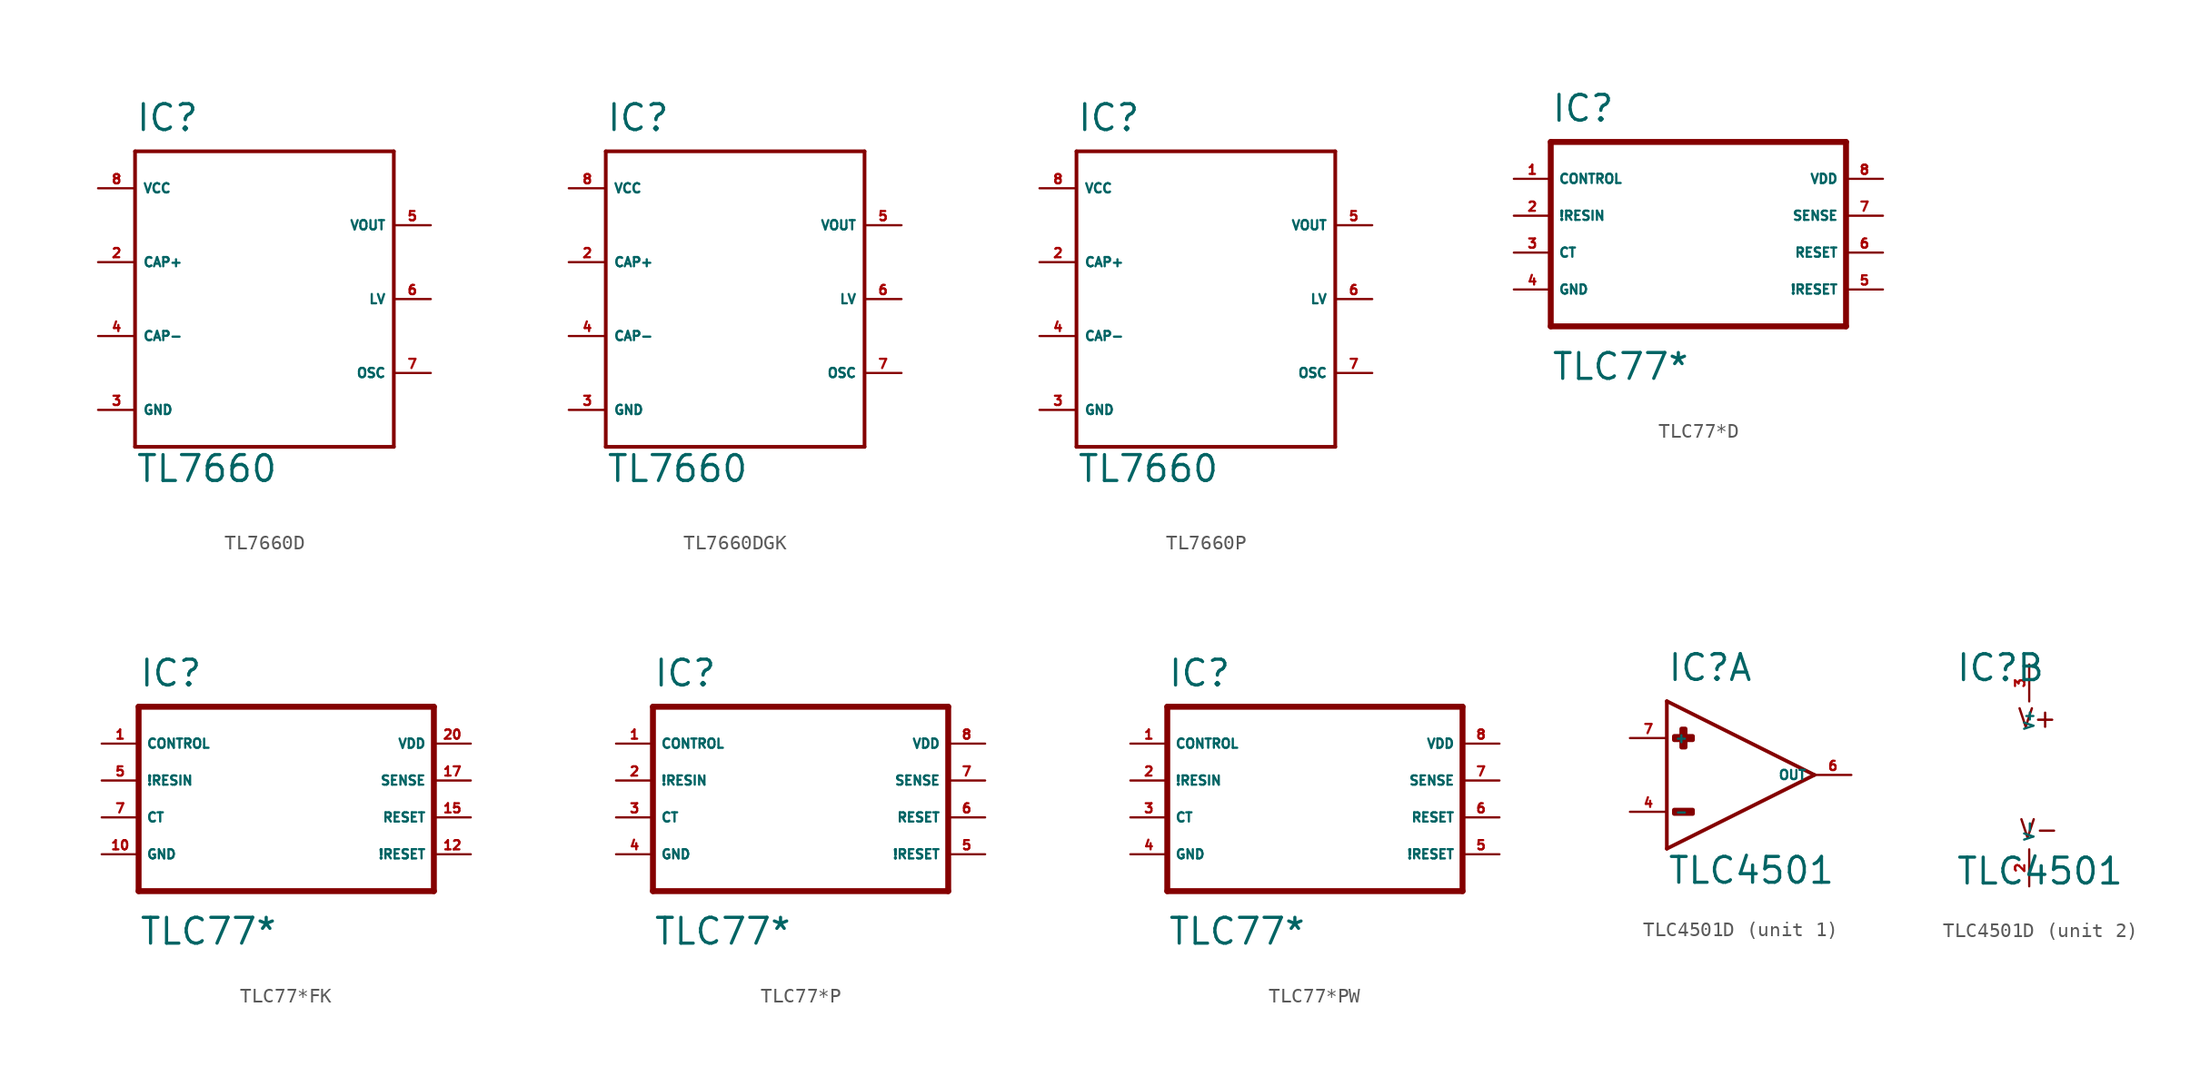
<source format=kicad_sym>
(kicad_symbol_lib
  (version 20220914)
  (generator Eagle2Kicad)
  (symbol "TL7660D"
    (property "Reference" "IC"
      (at -7.62 11.43 0)
      (effects (font (size 1.778 1.778) (thickness 0.22)) (justify left bottom)))
    (property "Value" "TL7660"
      (at -7.62 -12.7 0)
      (effects (font (size 1.778 1.778) (thickness 0.22)) (justify left bottom)))
    (polyline
      (pts (xy -7.62 10.16) (xy 10.16 10.16))
      (stroke (width 0.254) (type default))
      (fill (type none)))
    (polyline
      (pts (xy 10.16 10.16) (xy 10.16 -10.16))
      (stroke (width 0.254) (type default))
      (fill (type none)))
    (polyline
      (pts (xy 10.16 -10.16) (xy -7.62 -10.16))
      (stroke (width 0.254) (type default))
      (fill (type none)))
    (polyline
      (pts (xy -7.62 -10.16) (xy -7.62 10.16))
      (stroke (width 0.254) (type default))
      (fill (type none)))
    (pin passive line
      (at -10.16 2.54 0)
      (length 2.54)
      (name "CAP+" (effects (font (size 0.635 0.635) (thickness 0.08)) (justify left bottom)))
      (number "2" (effects (font (size 0.635 0.635) (thickness 0.08)) (justify left bottom))))
    (pin passive line
      (at -10.16 -2.54 0)
      (length 2.54)
      (name "CAP-" (effects (font (size 0.635 0.635) (thickness 0.08)) (justify left bottom)))
      (number "4" (effects (font (size 0.635 0.635) (thickness 0.08)) (justify left bottom))))
    (pin unspecified line
      (at -10.16 -7.62 0)
      (length 2.54)
      (name "GND" (effects (font (size 0.635 0.635) (thickness 0.08)) (justify left bottom)))
      (number "3" (effects (font (size 0.635 0.635) (thickness 0.08)) (justify left bottom))))
    (pin unspecified line
      (at -10.16 7.62 0)
      (length 2.54)
      (name "VCC" (effects (font (size 0.635 0.635) (thickness 0.08)) (justify left bottom)))
      (number "8" (effects (font (size 0.635 0.635) (thickness 0.08)) (justify left bottom))))
    (pin passive line
      (at 12.7 0 180)
      (length 2.54)
      (name "LV" (effects (font (size 0.635 0.635) (thickness 0.08)) (justify left bottom)))
      (number "6" (effects (font (size 0.635 0.635) (thickness 0.08)) (justify left bottom))))
    (pin passive line
      (at 12.7 5.08 180)
      (length 2.54)
      (name "VOUT" (effects (font (size 0.635 0.635) (thickness 0.08)) (justify left bottom)))
      (number "5" (effects (font (size 0.635 0.635) (thickness 0.08)) (justify left bottom))))
    (pin input line
      (at 12.7 -5.08 180)
      (length 2.54)
      (name "OSC" (effects (font (size 0.635 0.635) (thickness 0.08)) (justify left bottom)))
      (number "7" (effects (font (size 0.635 0.635) (thickness 0.08)) (justify left bottom)))))
  (symbol "TL7660DGK"
    (property "Reference" "IC"
      (at -7.62 11.43 0)
      (effects (font (size 1.778 1.778) (thickness 0.22)) (justify left bottom)))
    (property "Value" "TL7660"
      (at -7.62 -12.7 0)
      (effects (font (size 1.778 1.778) (thickness 0.22)) (justify left bottom)))
    (polyline
      (pts (xy -7.62 10.16) (xy 10.16 10.16))
      (stroke (width 0.254) (type default))
      (fill (type none)))
    (polyline
      (pts (xy 10.16 10.16) (xy 10.16 -10.16))
      (stroke (width 0.254) (type default))
      (fill (type none)))
    (polyline
      (pts (xy 10.16 -10.16) (xy -7.62 -10.16))
      (stroke (width 0.254) (type default))
      (fill (type none)))
    (polyline
      (pts (xy -7.62 -10.16) (xy -7.62 10.16))
      (stroke (width 0.254) (type default))
      (fill (type none)))
    (pin passive line
      (at -10.16 2.54 0)
      (length 2.54)
      (name "CAP+" (effects (font (size 0.635 0.635) (thickness 0.08)) (justify left bottom)))
      (number "2" (effects (font (size 0.635 0.635) (thickness 0.08)) (justify left bottom))))
    (pin passive line
      (at -10.16 -2.54 0)
      (length 2.54)
      (name "CAP-" (effects (font (size 0.635 0.635) (thickness 0.08)) (justify left bottom)))
      (number "4" (effects (font (size 0.635 0.635) (thickness 0.08)) (justify left bottom))))
    (pin unspecified line
      (at -10.16 -7.62 0)
      (length 2.54)
      (name "GND" (effects (font (size 0.635 0.635) (thickness 0.08)) (justify left bottom)))
      (number "3" (effects (font (size 0.635 0.635) (thickness 0.08)) (justify left bottom))))
    (pin unspecified line
      (at -10.16 7.62 0)
      (length 2.54)
      (name "VCC" (effects (font (size 0.635 0.635) (thickness 0.08)) (justify left bottom)))
      (number "8" (effects (font (size 0.635 0.635) (thickness 0.08)) (justify left bottom))))
    (pin passive line
      (at 12.7 0 180)
      (length 2.54)
      (name "LV" (effects (font (size 0.635 0.635) (thickness 0.08)) (justify left bottom)))
      (number "6" (effects (font (size 0.635 0.635) (thickness 0.08)) (justify left bottom))))
    (pin passive line
      (at 12.7 5.08 180)
      (length 2.54)
      (name "VOUT" (effects (font (size 0.635 0.635) (thickness 0.08)) (justify left bottom)))
      (number "5" (effects (font (size 0.635 0.635) (thickness 0.08)) (justify left bottom))))
    (pin input line
      (at 12.7 -5.08 180)
      (length 2.54)
      (name "OSC" (effects (font (size 0.635 0.635) (thickness 0.08)) (justify left bottom)))
      (number "7" (effects (font (size 0.635 0.635) (thickness 0.08)) (justify left bottom)))))
  (symbol "TL7660P"
    (property "Reference" "IC"
      (at -7.62 11.43 0)
      (effects (font (size 1.778 1.778) (thickness 0.22)) (justify left bottom)))
    (property "Value" "TL7660"
      (at -7.62 -12.7 0)
      (effects (font (size 1.778 1.778) (thickness 0.22)) (justify left bottom)))
    (polyline
      (pts (xy -7.62 10.16) (xy 10.16 10.16))
      (stroke (width 0.254) (type default))
      (fill (type none)))
    (polyline
      (pts (xy 10.16 10.16) (xy 10.16 -10.16))
      (stroke (width 0.254) (type default))
      (fill (type none)))
    (polyline
      (pts (xy 10.16 -10.16) (xy -7.62 -10.16))
      (stroke (width 0.254) (type default))
      (fill (type none)))
    (polyline
      (pts (xy -7.62 -10.16) (xy -7.62 10.16))
      (stroke (width 0.254) (type default))
      (fill (type none)))
    (pin passive line
      (at -10.16 2.54 0)
      (length 2.54)
      (name "CAP+" (effects (font (size 0.635 0.635) (thickness 0.08)) (justify left bottom)))
      (number "2" (effects (font (size 0.635 0.635) (thickness 0.08)) (justify left bottom))))
    (pin passive line
      (at -10.16 -2.54 0)
      (length 2.54)
      (name "CAP-" (effects (font (size 0.635 0.635) (thickness 0.08)) (justify left bottom)))
      (number "4" (effects (font (size 0.635 0.635) (thickness 0.08)) (justify left bottom))))
    (pin unspecified line
      (at -10.16 -7.62 0)
      (length 2.54)
      (name "GND" (effects (font (size 0.635 0.635) (thickness 0.08)) (justify left bottom)))
      (number "3" (effects (font (size 0.635 0.635) (thickness 0.08)) (justify left bottom))))
    (pin unspecified line
      (at -10.16 7.62 0)
      (length 2.54)
      (name "VCC" (effects (font (size 0.635 0.635) (thickness 0.08)) (justify left bottom)))
      (number "8" (effects (font (size 0.635 0.635) (thickness 0.08)) (justify left bottom))))
    (pin passive line
      (at 12.7 0 180)
      (length 2.54)
      (name "LV" (effects (font (size 0.635 0.635) (thickness 0.08)) (justify left bottom)))
      (number "6" (effects (font (size 0.635 0.635) (thickness 0.08)) (justify left bottom))))
    (pin passive line
      (at 12.7 5.08 180)
      (length 2.54)
      (name "VOUT" (effects (font (size 0.635 0.635) (thickness 0.08)) (justify left bottom)))
      (number "5" (effects (font (size 0.635 0.635) (thickness 0.08)) (justify left bottom))))
    (pin input line
      (at 12.7 -5.08 180)
      (length 2.54)
      (name "OSC" (effects (font (size 0.635 0.635) (thickness 0.08)) (justify left bottom)))
      (number "7" (effects (font (size 0.635 0.635) (thickness 0.08)) (justify left bottom)))))
  (symbol "TLC77*D"
    (property "Reference" "IC"
      (at -10.16 6.35 0)
      (effects (font (size 1.778 1.778) (thickness 0.22)) (justify left bottom)))
    (property "Value" "TLC77*"
      (at -10.16 -11.43 0)
      (effects (font (size 1.778 1.778) (thickness 0.22)) (justify left bottom)))
    (polyline
      (pts (xy -10.16 5.08) (xy 10.16 5.08))
      (stroke (width 0.406) (type default))
      (fill (type none)))
    (polyline
      (pts (xy 10.16 5.08) (xy 10.16 -7.62))
      (stroke (width 0.406) (type default))
      (fill (type none)))
    (polyline
      (pts (xy 10.16 -7.62) (xy -10.16 -7.62))
      (stroke (width 0.406) (type default))
      (fill (type none)))
    (polyline
      (pts (xy -10.16 -7.62) (xy -10.16 5.08))
      (stroke (width 0.406) (type default))
      (fill (type none)))
    (pin input line
      (at -12.7 2.54 0)
      (length 2.54)
      (name "CONTROL" (effects (font (size 0.635 0.635) (thickness 0.08)) (justify left bottom)))
      (number "1" (effects (font (size 0.635 0.635) (thickness 0.08)) (justify left bottom))))
    (pin input line
      (at -12.7 0 0)
      (length 2.54)
      (name "!RESIN" (effects (font (size 0.635 0.635) (thickness 0.08)) (justify left bottom)))
      (number "2" (effects (font (size 0.635 0.635) (thickness 0.08)) (justify left bottom))))
    (pin input line
      (at -12.7 -2.54 0)
      (length 2.54)
      (name "CT" (effects (font (size 0.635 0.635) (thickness 0.08)) (justify left bottom)))
      (number "3" (effects (font (size 0.635 0.635) (thickness 0.08)) (justify left bottom))))
    (pin unspecified line
      (at -12.7 -5.08 0)
      (length 2.54)
      (name "GND" (effects (font (size 0.635 0.635) (thickness 0.08)) (justify left bottom)))
      (number "4" (effects (font (size 0.635 0.635) (thickness 0.08)) (justify left bottom))))
    (pin output line
      (at 12.7 -5.08 180)
      (length 2.54)
      (name "!RESET" (effects (font (size 0.635 0.635) (thickness 0.08)) (justify left bottom)))
      (number "5" (effects (font (size 0.635 0.635) (thickness 0.08)) (justify left bottom))))
    (pin output line
      (at 12.7 -2.54 180)
      (length 2.54)
      (name "RESET" (effects (font (size 0.635 0.635) (thickness 0.08)) (justify left bottom)))
      (number "6" (effects (font (size 0.635 0.635) (thickness 0.08)) (justify left bottom))))
    (pin input line
      (at 12.7 0 180)
      (length 2.54)
      (name "SENSE" (effects (font (size 0.635 0.635) (thickness 0.08)) (justify left bottom)))
      (number "7" (effects (font (size 0.635 0.635) (thickness 0.08)) (justify left bottom))))
    (pin unspecified line
      (at 12.7 2.54 180)
      (length 2.54)
      (name "VDD" (effects (font (size 0.635 0.635) (thickness 0.08)) (justify left bottom)))
      (number "8" (effects (font (size 0.635 0.635) (thickness 0.08)) (justify left bottom)))))
  (symbol "TLC77*FK"
    (property "Reference" "IC"
      (at -10.16 6.35 0)
      (effects (font (size 1.778 1.778) (thickness 0.22)) (justify left bottom)))
    (property "Value" "TLC77*"
      (at -10.16 -11.43 0)
      (effects (font (size 1.778 1.778) (thickness 0.22)) (justify left bottom)))
    (polyline
      (pts (xy -10.16 5.08) (xy 10.16 5.08))
      (stroke (width 0.406) (type default))
      (fill (type none)))
    (polyline
      (pts (xy 10.16 5.08) (xy 10.16 -7.62))
      (stroke (width 0.406) (type default))
      (fill (type none)))
    (polyline
      (pts (xy 10.16 -7.62) (xy -10.16 -7.62))
      (stroke (width 0.406) (type default))
      (fill (type none)))
    (polyline
      (pts (xy -10.16 -7.62) (xy -10.16 5.08))
      (stroke (width 0.406) (type default))
      (fill (type none)))
    (pin input line
      (at -12.7 2.54 0)
      (length 2.54)
      (name "CONTROL" (effects (font (size 0.635 0.635) (thickness 0.08)) (justify left bottom)))
      (number "1" (effects (font (size 0.635 0.635) (thickness 0.08)) (justify left bottom))))
    (pin input line
      (at -12.7 0 0)
      (length 2.54)
      (name "!RESIN" (effects (font (size 0.635 0.635) (thickness 0.08)) (justify left bottom)))
      (number "5" (effects (font (size 0.635 0.635) (thickness 0.08)) (justify left bottom))))
    (pin input line
      (at -12.7 -2.54 0)
      (length 2.54)
      (name "CT" (effects (font (size 0.635 0.635) (thickness 0.08)) (justify left bottom)))
      (number "7" (effects (font (size 0.635 0.635) (thickness 0.08)) (justify left bottom))))
    (pin unspecified line
      (at -12.7 -5.08 0)
      (length 2.54)
      (name "GND" (effects (font (size 0.635 0.635) (thickness 0.08)) (justify left bottom)))
      (number "10" (effects (font (size 0.635 0.635) (thickness 0.08)) (justify left bottom))))
    (pin output line
      (at 12.7 -5.08 180)
      (length 2.54)
      (name "!RESET" (effects (font (size 0.635 0.635) (thickness 0.08)) (justify left bottom)))
      (number "12" (effects (font (size 0.635 0.635) (thickness 0.08)) (justify left bottom))))
    (pin output line
      (at 12.7 -2.54 180)
      (length 2.54)
      (name "RESET" (effects (font (size 0.635 0.635) (thickness 0.08)) (justify left bottom)))
      (number "15" (effects (font (size 0.635 0.635) (thickness 0.08)) (justify left bottom))))
    (pin input line
      (at 12.7 0 180)
      (length 2.54)
      (name "SENSE" (effects (font (size 0.635 0.635) (thickness 0.08)) (justify left bottom)))
      (number "17" (effects (font (size 0.635 0.635) (thickness 0.08)) (justify left bottom))))
    (pin unspecified line
      (at 12.7 2.54 180)
      (length 2.54)
      (name "VDD" (effects (font (size 0.635 0.635) (thickness 0.08)) (justify left bottom)))
      (number "20" (effects (font (size 0.635 0.635) (thickness 0.08)) (justify left bottom)))))
  (symbol "TLC77*P"
    (property "Reference" "IC"
      (at -10.16 6.35 0)
      (effects (font (size 1.778 1.778) (thickness 0.22)) (justify left bottom)))
    (property "Value" "TLC77*"
      (at -10.16 -11.43 0)
      (effects (font (size 1.778 1.778) (thickness 0.22)) (justify left bottom)))
    (polyline
      (pts (xy -10.16 5.08) (xy 10.16 5.08))
      (stroke (width 0.406) (type default))
      (fill (type none)))
    (polyline
      (pts (xy 10.16 5.08) (xy 10.16 -7.62))
      (stroke (width 0.406) (type default))
      (fill (type none)))
    (polyline
      (pts (xy 10.16 -7.62) (xy -10.16 -7.62))
      (stroke (width 0.406) (type default))
      (fill (type none)))
    (polyline
      (pts (xy -10.16 -7.62) (xy -10.16 5.08))
      (stroke (width 0.406) (type default))
      (fill (type none)))
    (pin input line
      (at -12.7 2.54 0)
      (length 2.54)
      (name "CONTROL" (effects (font (size 0.635 0.635) (thickness 0.08)) (justify left bottom)))
      (number "1" (effects (font (size 0.635 0.635) (thickness 0.08)) (justify left bottom))))
    (pin input line
      (at -12.7 0 0)
      (length 2.54)
      (name "!RESIN" (effects (font (size 0.635 0.635) (thickness 0.08)) (justify left bottom)))
      (number "2" (effects (font (size 0.635 0.635) (thickness 0.08)) (justify left bottom))))
    (pin input line
      (at -12.7 -2.54 0)
      (length 2.54)
      (name "CT" (effects (font (size 0.635 0.635) (thickness 0.08)) (justify left bottom)))
      (number "3" (effects (font (size 0.635 0.635) (thickness 0.08)) (justify left bottom))))
    (pin unspecified line
      (at -12.7 -5.08 0)
      (length 2.54)
      (name "GND" (effects (font (size 0.635 0.635) (thickness 0.08)) (justify left bottom)))
      (number "4" (effects (font (size 0.635 0.635) (thickness 0.08)) (justify left bottom))))
    (pin output line
      (at 12.7 -5.08 180)
      (length 2.54)
      (name "!RESET" (effects (font (size 0.635 0.635) (thickness 0.08)) (justify left bottom)))
      (number "5" (effects (font (size 0.635 0.635) (thickness 0.08)) (justify left bottom))))
    (pin output line
      (at 12.7 -2.54 180)
      (length 2.54)
      (name "RESET" (effects (font (size 0.635 0.635) (thickness 0.08)) (justify left bottom)))
      (number "6" (effects (font (size 0.635 0.635) (thickness 0.08)) (justify left bottom))))
    (pin input line
      (at 12.7 0 180)
      (length 2.54)
      (name "SENSE" (effects (font (size 0.635 0.635) (thickness 0.08)) (justify left bottom)))
      (number "7" (effects (font (size 0.635 0.635) (thickness 0.08)) (justify left bottom))))
    (pin unspecified line
      (at 12.7 2.54 180)
      (length 2.54)
      (name "VDD" (effects (font (size 0.635 0.635) (thickness 0.08)) (justify left bottom)))
      (number "8" (effects (font (size 0.635 0.635) (thickness 0.08)) (justify left bottom)))))
  (symbol "TLC77*PW"
    (property "Reference" "IC"
      (at -10.16 6.35 0)
      (effects (font (size 1.778 1.778) (thickness 0.22)) (justify left bottom)))
    (property "Value" "TLC77*"
      (at -10.16 -11.43 0)
      (effects (font (size 1.778 1.778) (thickness 0.22)) (justify left bottom)))
    (polyline
      (pts (xy -10.16 5.08) (xy 10.16 5.08))
      (stroke (width 0.406) (type default))
      (fill (type none)))
    (polyline
      (pts (xy 10.16 5.08) (xy 10.16 -7.62))
      (stroke (width 0.406) (type default))
      (fill (type none)))
    (polyline
      (pts (xy 10.16 -7.62) (xy -10.16 -7.62))
      (stroke (width 0.406) (type default))
      (fill (type none)))
    (polyline
      (pts (xy -10.16 -7.62) (xy -10.16 5.08))
      (stroke (width 0.406) (type default))
      (fill (type none)))
    (pin input line
      (at -12.7 2.54 0)
      (length 2.54)
      (name "CONTROL" (effects (font (size 0.635 0.635) (thickness 0.08)) (justify left bottom)))
      (number "1" (effects (font (size 0.635 0.635) (thickness 0.08)) (justify left bottom))))
    (pin input line
      (at -12.7 0 0)
      (length 2.54)
      (name "!RESIN" (effects (font (size 0.635 0.635) (thickness 0.08)) (justify left bottom)))
      (number "2" (effects (font (size 0.635 0.635) (thickness 0.08)) (justify left bottom))))
    (pin input line
      (at -12.7 -2.54 0)
      (length 2.54)
      (name "CT" (effects (font (size 0.635 0.635) (thickness 0.08)) (justify left bottom)))
      (number "3" (effects (font (size 0.635 0.635) (thickness 0.08)) (justify left bottom))))
    (pin unspecified line
      (at -12.7 -5.08 0)
      (length 2.54)
      (name "GND" (effects (font (size 0.635 0.635) (thickness 0.08)) (justify left bottom)))
      (number "4" (effects (font (size 0.635 0.635) (thickness 0.08)) (justify left bottom))))
    (pin output line
      (at 12.7 -5.08 180)
      (length 2.54)
      (name "!RESET" (effects (font (size 0.635 0.635) (thickness 0.08)) (justify left bottom)))
      (number "5" (effects (font (size 0.635 0.635) (thickness 0.08)) (justify left bottom))))
    (pin output line
      (at 12.7 -2.54 180)
      (length 2.54)
      (name "RESET" (effects (font (size 0.635 0.635) (thickness 0.08)) (justify left bottom)))
      (number "6" (effects (font (size 0.635 0.635) (thickness 0.08)) (justify left bottom))))
    (pin input line
      (at 12.7 0 180)
      (length 2.54)
      (name "SENSE" (effects (font (size 0.635 0.635) (thickness 0.08)) (justify left bottom)))
      (number "7" (effects (font (size 0.635 0.635) (thickness 0.08)) (justify left bottom))))
    (pin unspecified line
      (at 12.7 2.54 180)
      (length 2.54)
      (name "VDD" (effects (font (size 0.635 0.635) (thickness 0.08)) (justify left bottom)))
      (number "8" (effects (font (size 0.635 0.635) (thickness 0.08)) (justify left bottom)))))
  (symbol "TLC4501D"
    (property "Reference" "IC"
      (at -5.08 6.35 0)
      (effects (font (size 1.778 1.778) (thickness 0.22)) (justify left bottom)))
    (property "Value" "TLC4501"
      (at -5.08 -7.62 0)
      (effects (font (size 1.778 1.778) (thickness 0.22)) (justify left bottom)))
    (symbol "TLC4501D_1_0"
      (polyline (pts (xy -5.08 5.08) (xy -5.08 -5.08)) (stroke (width 0.254) (type default)) (fill (type none)))
      (polyline (pts (xy -5.08 -5.08) (xy 5.08 0)) (stroke (width 0.254) (type default)) (fill (type none)))
      (polyline (pts (xy 5.08 0) (xy -5.08 5.08)) (stroke (width 0.254) (type default)) (fill (type none)))
      (rectangle (start -4.572 2.413) (end -3.302 2.667) (stroke (width 0.3) (type default)) (fill (type outline)))
      (rectangle (start -4.064 3.175) (end -3.81 1.905) (stroke (width 0.3) (type default)) (fill (type outline)))
      (rectangle (start -4.572 -2.667) (end -3.302 -2.413) (stroke (width 0.3) (type default)) (fill (type outline)))
      (pin input line (at -7.62 2.54 0) (length 2.54) (name "+" (effects (font (size 0.635 0.635) (thickness 0.08)) (justify left bottom))) (number "7" (effects (font (size 0.635 0.635) (thickness 0.08)) (justify left bottom))))
      (pin input line (at -7.62 -2.54 0) (length 2.54) (name "-" (effects (font (size 0.635 0.635) (thickness 0.08)) (justify left bottom))) (number "4" (effects (font (size 0.635 0.635) (thickness 0.08)) (justify left bottom))))
      (pin output line (at 7.62 0 180) (length 2.54) (name "OUT" (effects (font (size 0.635 0.635) (thickness 0.08)) (justify left bottom))) (number "6" (effects (font (size 0.635 0.635) (thickness 0.08)) (justify left bottom)))))
    (symbol "TLC4501D_2_0"
      (text "V+" (at -0.889 3.175 0) (effects (font (size 1.27 1.27) (thickness 0.16)) (justify left bottom)))
      (text "V-" (at -0.762 -4.445 0) (effects (font (size 1.27 1.27) (thickness 0.16)) (justify left bottom)))
      (pin unspecified line (at 0 7.62 270) (length 2.54) (name "V+" (effects (font (size 0.635 0.635) (thickness 0.08)) (justify left bottom))) (number "3" (effects (font (size 0.635 0.635) (thickness 0.08)) (justify left bottom))))
      (pin unspecified line (at 0 -7.62 90) (length 2.54) (name "V-" (effects (font (size 0.635 0.635) (thickness 0.08)) (justify left bottom))) (number "2" (effects (font (size 0.635 0.635) (thickness 0.08)) (justify left bottom)))))))
</source>
